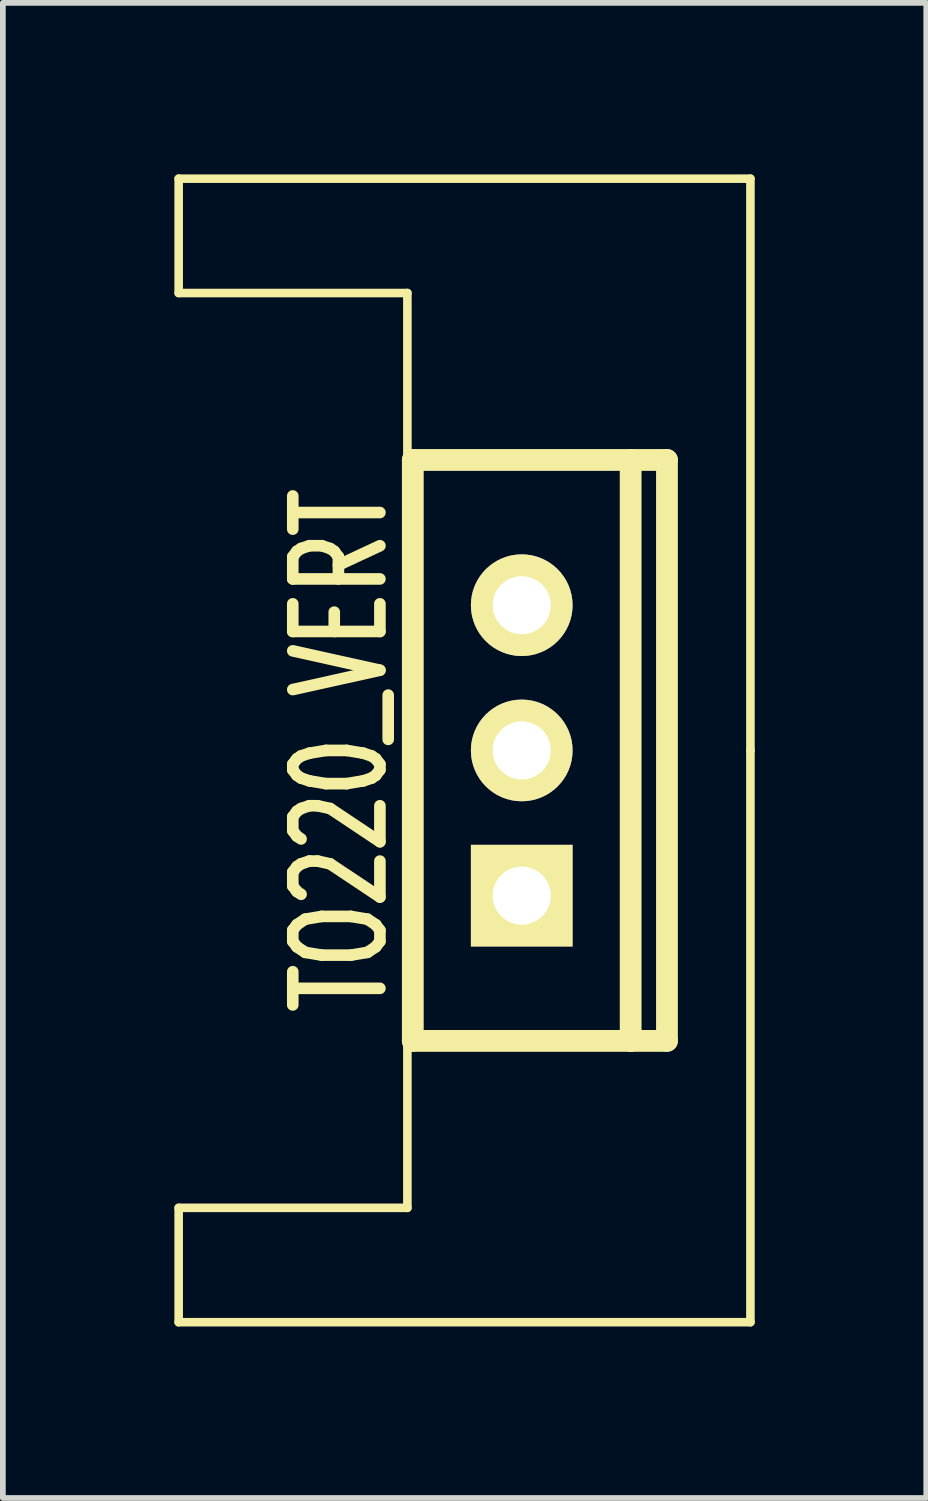
<source format=kicad_pcb>
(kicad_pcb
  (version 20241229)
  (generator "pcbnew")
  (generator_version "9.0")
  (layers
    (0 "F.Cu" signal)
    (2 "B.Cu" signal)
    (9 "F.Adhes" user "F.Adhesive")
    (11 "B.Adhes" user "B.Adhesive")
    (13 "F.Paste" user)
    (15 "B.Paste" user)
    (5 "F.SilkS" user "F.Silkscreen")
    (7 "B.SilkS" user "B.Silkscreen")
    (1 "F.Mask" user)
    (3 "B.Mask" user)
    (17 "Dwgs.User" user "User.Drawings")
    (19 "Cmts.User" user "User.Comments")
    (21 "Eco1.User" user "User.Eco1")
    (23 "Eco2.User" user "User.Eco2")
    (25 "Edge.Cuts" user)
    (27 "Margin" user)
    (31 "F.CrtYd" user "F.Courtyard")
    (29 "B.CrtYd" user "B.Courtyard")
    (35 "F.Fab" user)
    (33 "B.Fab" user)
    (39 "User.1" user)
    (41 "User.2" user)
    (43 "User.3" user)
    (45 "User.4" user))
  (footprint "TO220_VERT"
    (layer "F.Cu")
    (at 6.075 10.075)
    (property "Reference" "TO220_VERT" (at -3.175 0 90) (layer "F.SilkS") (effects (font (size 1.524 1.016) (thickness 0.203))))
    (attr through_hole)
    (fp_line (start -6 -10) (end -6 -8) (stroke (width 0.15) (type solid)) (layer "F.SilkS"))
    (fp_line (start -6 -8) (end -2 -8) (stroke (width 0.15) (type solid)) (layer "F.SilkS"))
    (fp_line (start -6 8) (end -6 10) (stroke (width 0.15) (type solid)) (layer "F.SilkS"))
    (fp_line (start -6 10) (end 4 10) (stroke (width 0.15) (type solid)) (layer "F.SilkS"))
    (fp_line (start -2 -8) (end -2 8) (stroke (width 0.15) (type solid)) (layer "F.SilkS"))
    (fp_line (start -2 8) (end -6 8) (stroke (width 0.15) (type solid)) (layer "F.SilkS"))
    (fp_line (start -1.905 -5.08) (end 1.905 -5.08) (stroke (width 0.381) (type solid)) (layer "F.SilkS"))
    (fp_line (start -1.905 5.08) (end -1.905 -5.08) (stroke (width 0.381) (type solid)) (layer "F.SilkS"))
    (fp_line (start 1.905 -5.08) (end 1.905 5.08) (stroke (width 0.381) (type solid)) (layer "F.SilkS"))
    (fp_line (start 1.905 -5.08) (end 2.54 -5.08) (stroke (width 0.381) (type solid)) (layer "F.SilkS"))
    (fp_line (start 1.905 5.08) (end -1.905 5.08) (stroke (width 0.381) (type solid)) (layer "F.SilkS"))
    (fp_line (start 2.54 -5.08) (end 2.54 5.08) (stroke (width 0.381) (type solid)) (layer "F.SilkS"))
    (fp_line (start 2.54 5.08) (end 1.905 5.08) (stroke (width 0.381) (type solid)) (layer "F.SilkS"))
    (fp_line (start 4 -10) (end -6 -10) (stroke (width 0.15) (type solid)) (layer "F.SilkS"))
    (fp_line (start 4 0) (end 4 -10) (stroke (width 0.15) (type solid)) (layer "F.SilkS"))
    (fp_line (start 4 10) (end 4 0) (stroke (width 0.15) (type solid)) (layer "F.SilkS"))
    (pad "1" thru_hole rect (at 0 2.54) (size 1.778 1.778) (drill 1.016) (layers "*.Cu" "*.Mask" "F.SilkS"))
    (pad "2" thru_hole circle (at 0 -2.54) (size 1.778 1.778) (drill 1.016) (layers "*.Cu" "*.Mask" "F.SilkS"))
    (pad "3" thru_hole circle (at 0 0) (size 1.778 1.778) (drill 1.016) (layers "*.Cu" "*.Mask" "F.SilkS")))
  (gr_rect
    (start -3 -3)
    (end 13.15 23.15)
    (stroke (width 0.1) (type default))
    (fill no)
    (layer "Edge.Cuts")))
</source>
